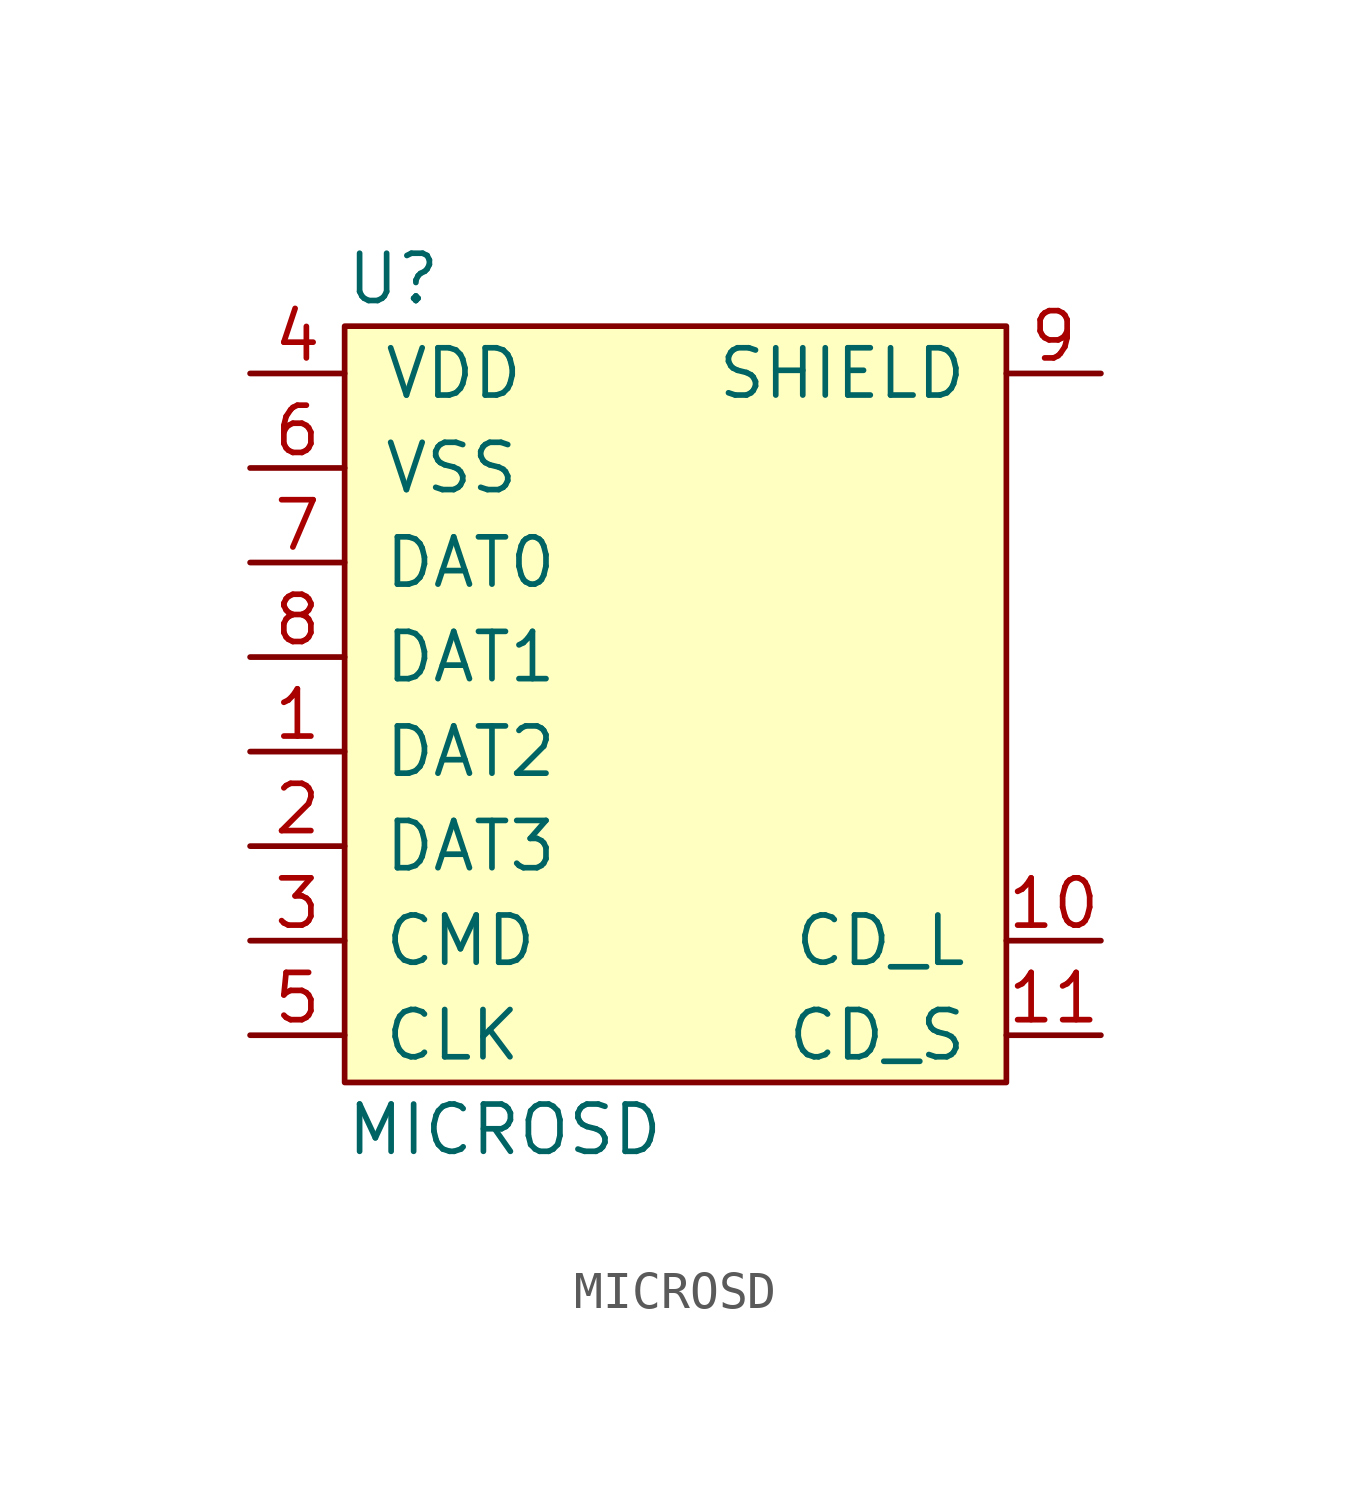
<source format=kicad_sym>
(kicad_symbol_lib
  (version 20211014)
  (generator kicad_symbol_editor)
  (symbol "MICROSD"
    (pin_names
      (offset 1.016))
    (property "Reference" "U"
      (at -7.62 10.16 0)
      (effects (font (size 1.27 1.27)) (justify left)))
    (property "Value" "MICROSD"
      (at -7.62 -12.7 0)
      (effects (font (size 1.27 1.27)) (justify left)))
    (symbol "MICROSD_0_1"
      (rectangle (start -7.62 8.89) (end 10.16 -11.43) (stroke (width 0) (type default) (color 0 0 0 0)) (fill (type background)))
      (pin bidirectional line (at -10.16 -2.54 0) (length 2.54) (name "DAT2" (effects (font (size 1.27 1.27)))) (number "1" (effects (font (size 1.27 1.27)))))
      (pin passive line (at 12.7 -7.62 180) (length 2.54) (name "CD_L" (effects (font (size 1.27 1.27)))) (number "10" (effects (font (size 1.27 1.27)))))
      (pin passive line (at 12.7 -10.16 180) (length 2.54) (name "CD_S" (effects (font (size 1.27 1.27)))) (number "11" (effects (font (size 1.27 1.27)))))
      (pin bidirectional line (at -10.16 -5.08 0) (length 2.54) (name "DAT3" (effects (font (size 1.27 1.27)))) (number "2" (effects (font (size 1.27 1.27)))))
      (pin bidirectional line (at -10.16 -7.62 0) (length 2.54) (name "CMD" (effects (font (size 1.27 1.27)))) (number "3" (effects (font (size 1.27 1.27)))))
      (pin power_in line (at -10.16 7.62 0) (length 2.54) (name "VDD" (effects (font (size 1.27 1.27)))) (number "4" (effects (font (size 1.27 1.27)))))
      (pin bidirectional line (at -10.16 -10.16 0) (length 2.54) (name "CLK" (effects (font (size 1.27 1.27)))) (number "5" (effects (font (size 1.27 1.27)))))
      (pin power_in line (at -10.16 5.08 0) (length 2.54) (name "VSS" (effects (font (size 1.27 1.27)))) (number "6" (effects (font (size 1.27 1.27)))))
      (pin bidirectional line (at -10.16 2.54 0) (length 2.54) (name "DAT0" (effects (font (size 1.27 1.27)))) (number "7" (effects (font (size 1.27 1.27)))))
      (pin bidirectional line (at -10.16 0 0) (length 2.54) (name "DAT1" (effects (font (size 1.27 1.27)))) (number "8" (effects (font (size 1.27 1.27)))))
      (pin passive line (at 12.7 7.62 180) (length 2.54) (name "SHIELD" (effects (font (size 1.27 1.27)))) (number "9" (effects (font (size 1.27 1.27))))))))
</source>
